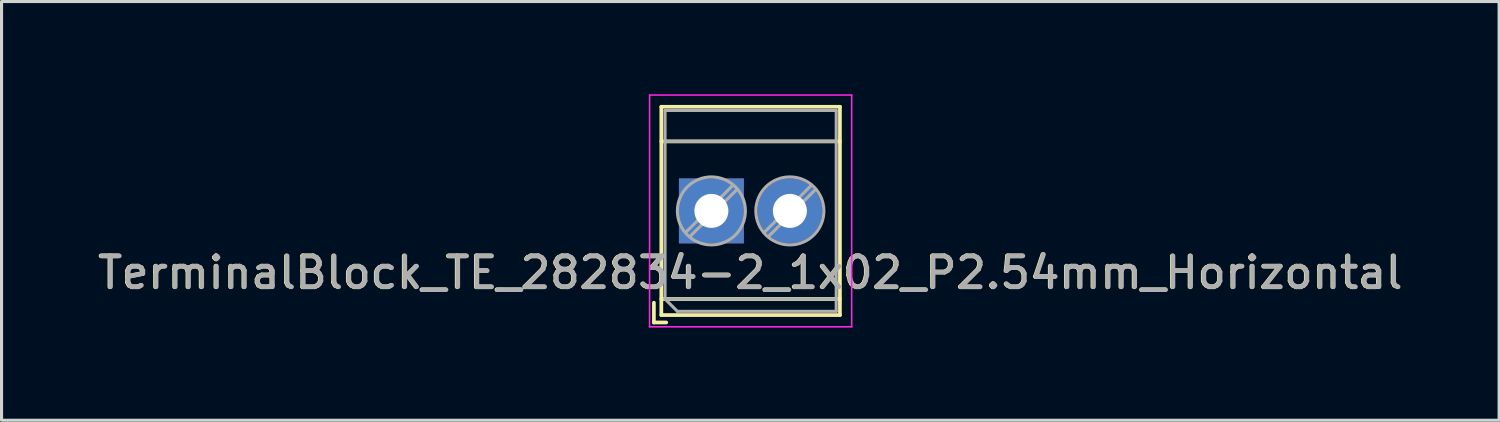
<source format=kicad_pcb>
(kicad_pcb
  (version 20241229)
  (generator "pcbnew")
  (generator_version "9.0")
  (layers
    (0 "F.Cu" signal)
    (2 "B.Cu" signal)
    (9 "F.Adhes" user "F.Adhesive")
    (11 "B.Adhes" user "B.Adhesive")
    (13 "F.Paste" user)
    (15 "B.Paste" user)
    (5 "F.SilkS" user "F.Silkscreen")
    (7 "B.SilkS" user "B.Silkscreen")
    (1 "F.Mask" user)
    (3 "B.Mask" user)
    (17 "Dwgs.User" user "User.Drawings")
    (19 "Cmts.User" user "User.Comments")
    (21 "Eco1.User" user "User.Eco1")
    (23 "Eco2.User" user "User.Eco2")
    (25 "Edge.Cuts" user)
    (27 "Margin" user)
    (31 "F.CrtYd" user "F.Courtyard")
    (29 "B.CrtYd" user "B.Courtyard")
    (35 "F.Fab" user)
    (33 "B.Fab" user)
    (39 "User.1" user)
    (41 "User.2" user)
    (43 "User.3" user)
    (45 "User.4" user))
  (footprint "TerminalBlock_TE_282834-2_1x02_P2.54mm_Horizontal"
    (layer "F.Cu")
    (at 19.97 3.775)
    (property "Reference" "TerminalBlock_TE_282834-2_1x02_P2.54mm_Horizontal" (at 1.25 2 180) (layer "F.SilkS") (effects (font (size 1 1) (thickness 0.15))))
    (attr through_hole)
    (fp_line (start -1.86 2.97) (end -1.86 3.61) (stroke (width 0.12) (type solid)) (layer "F.SilkS"))
    (fp_line (start -1.86 3.61) (end -1.46 3.61) (stroke (width 0.12) (type solid)) (layer "F.SilkS"))
    (fp_line (start -1.62 -3.37) (end -1.62 3.37) (stroke (width 0.12) (type solid)) (layer "F.SilkS"))
    (fp_line (start -1.62 -3.37) (end 4.16 -3.37) (stroke (width 0.12) (type solid)) (layer "F.SilkS"))
    (fp_line (start -1.62 -2.25) (end 4.16 -2.25) (stroke (width 0.12) (type solid)) (layer "F.SilkS"))
    (fp_line (start -1.62 2.85) (end 4.16 2.85) (stroke (width 0.12) (type solid)) (layer "F.SilkS"))
    (fp_line (start -1.62 3.37) (end 4.16 3.37) (stroke (width 0.12) (type solid)) (layer "F.SilkS"))
    (fp_line (start 4.16 -3.37) (end 4.16 3.37) (stroke (width 0.12) (type solid)) (layer "F.SilkS"))
    (fp_line (start -2 -3.75) (end -2 3.75) (stroke (width 0.05) (type solid)) (layer "F.CrtYd"))
    (fp_line (start -2 3.75) (end 4.54 3.75) (stroke (width 0.05) (type solid)) (layer "F.CrtYd"))
    (fp_line (start 4.54 -3.75) (end -2 -3.75) (stroke (width 0.05) (type solid)) (layer "F.CrtYd"))
    (fp_line (start 4.54 3.75) (end 4.54 -3.75) (stroke (width 0.05) (type solid)) (layer "F.CrtYd"))
    (fp_line (start -1.5 -3.25) (end 4.04 -3.25) (stroke (width 0.1) (type solid)) (layer "F.Fab"))
    (fp_line (start -1.5 -2.25) (end 4.04 -2.25) (stroke (width 0.1) (type solid)) (layer "F.Fab"))
    (fp_line (start -1.5 2.85) (end -1.5 -3.25) (stroke (width 0.1) (type solid)) (layer "F.Fab"))
    (fp_line (start -1.5 2.85) (end 4.04 2.85) (stroke (width 0.1) (type solid)) (layer "F.Fab"))
    (fp_line (start -1.1 3.25) (end -1.5 2.85) (stroke (width 0.1) (type solid)) (layer "F.Fab"))
    (fp_line (start 0.701 -0.835) (end -0.835 0.7) (stroke (width 0.1) (type solid)) (layer "F.Fab"))
    (fp_line (start 0.835 -0.7) (end -0.701 0.835) (stroke (width 0.1) (type solid)) (layer "F.Fab"))
    (fp_line (start 3.241 -0.835) (end 1.706 0.7) (stroke (width 0.1) (type solid)) (layer "F.Fab"))
    (fp_line (start 3.375 -0.7) (end 1.84 0.835) (stroke (width 0.1) (type solid)) (layer "F.Fab"))
    (fp_line (start 4.04 -3.25) (end 4.04 3.25) (stroke (width 0.1) (type solid)) (layer "F.Fab"))
    (fp_line (start 4.04 3.25) (end -1.1 3.25) (stroke (width 0.1) (type solid)) (layer "F.Fab"))
    (fp_circle (center 0 0) (end 1.1 0) (stroke (width 0.1) (type solid)) (fill no) (layer "F.Fab"))
    (fp_circle (center 2.54 0) (end 3.64 0) (stroke (width 0.1) (type solid)) (fill no) (layer "F.Fab"))
    (fp_text user "${REFERENCE}" (at 1.27 2 180) (layer "F.Fab") (effects (font (size 1 1) (thickness 0.15))))
    (pad "1" thru_hole rect (at 0 0) (size 2.1 2.1) (drill 1.1) (layers "*.Cu" "*.Mask"))
    (pad "2" thru_hole circle (at 2.54 0) (size 2.1 2.1) (drill 1.1) (layers "*.Cu" "*.Mask")))
  (gr_rect
    (start -3 -3)
    (end 45.46 10.55)
    (stroke (width 0.1) (type default))
    (fill no)
    (layer "Edge.Cuts")))
</source>
